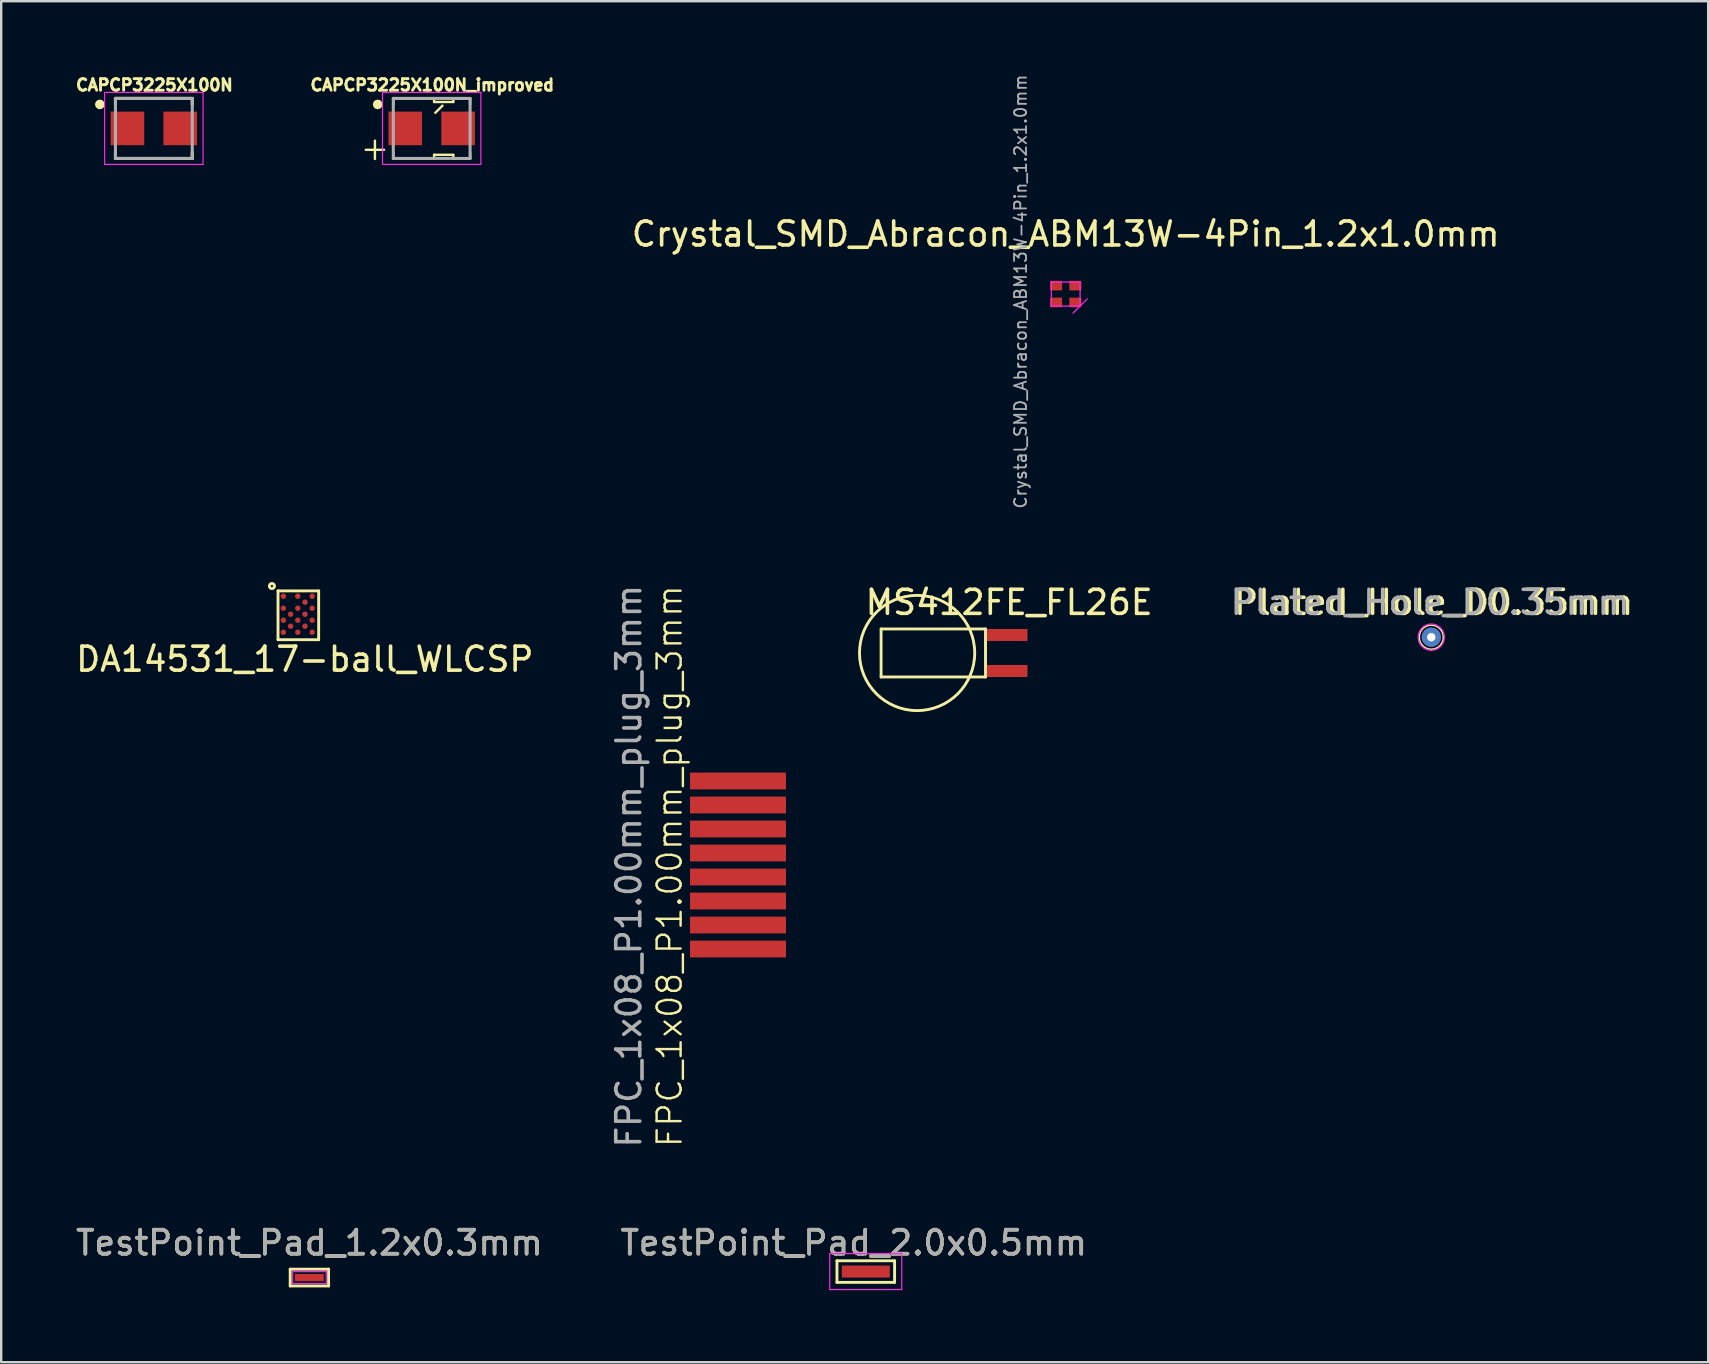
<source format=kicad_pcb>
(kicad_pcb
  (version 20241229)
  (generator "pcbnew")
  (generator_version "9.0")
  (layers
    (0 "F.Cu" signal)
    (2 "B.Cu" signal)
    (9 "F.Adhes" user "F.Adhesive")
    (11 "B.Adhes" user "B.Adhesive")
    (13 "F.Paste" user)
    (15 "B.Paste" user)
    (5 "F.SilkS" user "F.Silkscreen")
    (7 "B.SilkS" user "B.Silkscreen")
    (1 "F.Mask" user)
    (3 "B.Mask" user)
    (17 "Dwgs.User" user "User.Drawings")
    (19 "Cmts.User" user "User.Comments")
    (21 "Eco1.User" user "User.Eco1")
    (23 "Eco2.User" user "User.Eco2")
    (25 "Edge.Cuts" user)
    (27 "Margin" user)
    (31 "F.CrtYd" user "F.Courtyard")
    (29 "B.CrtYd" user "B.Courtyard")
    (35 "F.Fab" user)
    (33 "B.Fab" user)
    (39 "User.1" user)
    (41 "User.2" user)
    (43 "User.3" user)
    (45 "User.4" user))
  (footprint "MS412FE_FL26E"
    (layer "F.Cu")
    (at 35.156 24.153)
    (property "Reference" "MS412FE_FL26E" (at 3.835 -2.108 0) (layer "F.SilkS") (effects (font (size 1 1) (thickness 0.15))))
    (attr through_hole)
    (fp_line (start -1.5 -1) (end -1.5 1) (stroke (width 0.12) (type solid)) (layer "F.SilkS"))
    (fp_line (start 2.85 -1) (end -1.5 -1) (stroke (width 0.12) (type solid)) (layer "F.SilkS"))
    (fp_line (start 2.85 -1) (end 2.85 1) (stroke (width 0.12) (type solid)) (layer "F.SilkS"))
    (fp_line (start 2.85 1) (end -1.5 1) (stroke (width 0.12) (type solid)) (layer "F.SilkS"))
    (fp_circle (center 0 0) (end 2.4 0) (stroke (width 0.12) (type solid)) (fill no) (layer "F.SilkS"))
    (pad "1" smd rect (at 3.725 -0.75) (size 1.75 0.5) (layers "F.Cu" "F.Mask" "F.Paste"))
    (pad "2" smd rect (at 3.725 0.75) (size 1.75 0.5) (layers "F.Cu" "F.Mask" "F.Paste")))
  (footprint "CAPCP3225X100N_improved"
    (layer "F.Cu")
    (at 14.934 2.3)
    (property "Reference" "CAPCP3225X100N_improved" (at 0.024 -1.808 0) (layer "F.SilkS") (effects (font (size 0.481 0.481) (thickness 0.15))))
    (attr smd)
    (fp_line (start -1.6 -1.25) (end -1.6 -1) (stroke (width 0.1) (type default)) (layer "F.SilkS"))
    (fp_line (start -1.6 1.25) (end -1.6 1) (stroke (width 0.1) (type default)) (layer "F.SilkS"))
    (fp_line (start 0.1 -1.25) (end -1.6 -1.25) (stroke (width 0.1) (type default)) (layer "F.SilkS"))
    (fp_line (start 0.1 -1.1) (end 0.1 -1.25) (stroke (width 0.1) (type default)) (layer "F.SilkS"))
    (fp_line (start 0.1 1.1) (end 0.1 1.25) (stroke (width 0.1) (type default)) (layer "F.SilkS"))
    (fp_line (start 0.1 1.25) (end -1.6 1.25) (stroke (width 0.1) (type default)) (layer "F.SilkS"))
    (fp_line (start 0.45 -0.95) (end 0.15 -0.65) (stroke (width 0.1) (type default)) (layer "F.SilkS"))
    (fp_line (start 0.9 -1.25) (end 0.9 -1.1) (stroke (width 0.1) (type default)) (layer "F.SilkS"))
    (fp_line (start 0.9 -1.1) (end 0.1 -1.1) (stroke (width 0.1) (type default)) (layer "F.SilkS"))
    (fp_line (start 0.9 1.1) (end 0.1 1.1) (stroke (width 0.1) (type default)) (layer "F.SilkS"))
    (fp_line (start 0.9 1.25) (end 0.9 1.1) (stroke (width 0.1) (type default)) (layer "F.SilkS"))
    (fp_line (start 1.6 -1.25) (end 0.9 -1.25) (stroke (width 0.1) (type default)) (layer "F.SilkS"))
    (fp_line (start 1.6 -1) (end 1.6 -1.25) (stroke (width 0.1) (type default)) (layer "F.SilkS"))
    (fp_line (start 1.6 1) (end 1.6 1.25) (stroke (width 0.1) (type default)) (layer "F.SilkS"))
    (fp_line (start 1.6 1.25) (end 0.9 1.25) (stroke (width 0.1) (type default)) (layer "F.SilkS"))
    (fp_circle (center -2.25 -1) (end -2.15 -1) (stroke (width 0.2) (type solid)) (fill no) (layer "F.SilkS"))
    (fp_line (start -2.05 -1.5) (end 2.05 -1.5) (stroke (width 0.05) (type solid)) (layer "F.CrtYd"))
    (fp_line (start -2.05 1.5) (end -2.05 -1.5) (stroke (width 0.05) (type solid)) (layer "F.CrtYd"))
    (fp_line (start 2.05 -1.5) (end 2.05 1.5) (stroke (width 0.05) (type solid)) (layer "F.CrtYd"))
    (fp_line (start 2.05 1.5) (end -2.05 1.5) (stroke (width 0.05) (type solid)) (layer "F.CrtYd"))
    (fp_line (start -1.6 -1.25) (end 1.6 -1.25) (stroke (width 0.127) (type solid)) (layer "F.Fab"))
    (fp_line (start -1.6 1.25) (end -1.6 -1.25) (stroke (width 0.127) (type solid)) (layer "F.Fab"))
    (fp_line (start 1.6 -1.25) (end 1.6 1.25) (stroke (width 0.127) (type solid)) (layer "F.Fab"))
    (fp_line (start 1.6 1.25) (end -1.6 1.25) (stroke (width 0.127) (type solid)) (layer "F.Fab"))
    (fp_text user "+" (at -3.05 1.4 0) (unlocked yes) (layer "F.SilkS") (effects (font (size 1 1) (thickness 0.1)) (justify left bottom)))
    (pad "1" smd rect (at -1.1 0 180) (size 1.4 1.4) (layers "F.Cu" "F.Mask" "F.Paste"))
    (pad "2" smd rect (at 1.1 0 180) (size 1.4 1.4) (layers "F.Cu" "F.Mask" "F.Paste")))
  (footprint "TestPoint_Pad_1.2x0.3mm"
    (layer "F.Cu")
    (at 9.839 50.173)
    (property "Reference" "TestPoint_Pad_1.2x0.3mm" (at 0 -1.448 0) (layer "F.SilkS") (effects (font (size 1 1) (thickness 0.15))))
    (attr exclude_from_pos_files exclude_from_bom)
    (fp_line (start -0.8 -0.35) (end 0.8 -0.35) (stroke (width 0.12) (type solid)) (layer "F.SilkS"))
    (fp_line (start -0.8 0.35) (end -0.8 -0.35) (stroke (width 0.12) (type solid)) (layer "F.SilkS"))
    (fp_line (start 0.8 -0.35) (end 0.8 0.35) (stroke (width 0.12) (type solid)) (layer "F.SilkS"))
    (fp_line (start 0.8 0.35) (end -0.8 0.35) (stroke (width 0.12) (type solid)) (layer "F.SilkS"))
    (fp_line (start -0.7 -0.25) (end -0.7 0.25) (stroke (width 0.05) (type solid)) (layer "F.CrtYd"))
    (fp_line (start -0.7 -0.25) (end 0.7 -0.25) (stroke (width 0.05) (type solid)) (layer "F.CrtYd"))
    (fp_line (start 0.7 0.25) (end -0.7 0.25) (stroke (width 0.05) (type solid)) (layer "F.CrtYd"))
    (fp_line (start 0.7 0.25) (end 0.7 -0.25) (stroke (width 0.05) (type solid)) (layer "F.CrtYd"))
    (fp_text user "${REFERENCE}" (at 0 -1.45 0) (layer "F.Fab") (effects (font (size 1 1) (thickness 0.15))))
    (pad "1" smd rect (at 0 0) (size 1.2 0.3) (layers "F.Cu" "F.Mask")))
  (footprint "CAPCP3225X100N"
    (layer "F.Cu")
    (at 3.359 2.3)
    (property "Reference" "CAPCP3225X100N" (at 0.024 -1.808 0) (layer "F.SilkS") (effects (font (size 0.481 0.481) (thickness 0.15))))
    (attr smd)
    (fp_line (start -1.6 -1.25) (end -1.6 -1) (stroke (width 0.127) (type solid)) (layer "F.SilkS"))
    (fp_line (start -1.6 1.25) (end -1.6 1) (stroke (width 0.127) (type solid)) (layer "F.SilkS"))
    (fp_line (start 1.6 -1.25) (end -1.6 -1.25) (stroke (width 0.127) (type solid)) (layer "F.SilkS"))
    (fp_line (start 1.6 -1) (end 1.6 -1.25) (stroke (width 0.127) (type solid)) (layer "F.SilkS"))
    (fp_line (start 1.6 1) (end 1.6 1.25) (stroke (width 0.127) (type solid)) (layer "F.SilkS"))
    (fp_line (start 1.6 1.25) (end -1.6 1.25) (stroke (width 0.127) (type solid)) (layer "F.SilkS"))
    (fp_circle (center -2.25 -1) (end -2.15 -1) (stroke (width 0.2) (type solid)) (fill no) (layer "F.SilkS"))
    (fp_line (start -2.05 -1.5) (end 2.05 -1.5) (stroke (width 0.05) (type solid)) (layer "F.CrtYd"))
    (fp_line (start -2.05 1.5) (end -2.05 -1.5) (stroke (width 0.05) (type solid)) (layer "F.CrtYd"))
    (fp_line (start 2.05 -1.5) (end 2.05 1.5) (stroke (width 0.05) (type solid)) (layer "F.CrtYd"))
    (fp_line (start 2.05 1.5) (end -2.05 1.5) (stroke (width 0.05) (type solid)) (layer "F.CrtYd"))
    (fp_line (start -1.6 -1.25) (end 1.6 -1.25) (stroke (width 0.127) (type solid)) (layer "F.Fab"))
    (fp_line (start -1.6 1.25) (end -1.6 -1.25) (stroke (width 0.127) (type solid)) (layer "F.Fab"))
    (fp_line (start 1.6 -1.25) (end 1.6 1.25) (stroke (width 0.127) (type solid)) (layer "F.Fab"))
    (fp_line (start 1.6 1.25) (end -1.6 1.25) (stroke (width 0.127) (type solid)) (layer "F.Fab"))
    (pad "1" smd rect (at -1.1 0 180) (size 1.4 1.4) (layers "F.Cu" "F.Mask" "F.Paste"))
    (pad "2" smd rect (at 1.1 0 180) (size 1.4 1.4) (layers "F.Cu" "F.Mask" "F.Paste")))
  (footprint "FPC_1x08_P1.00mm_plug_3mm"
    (layer "F.Cu")
    (at 25.696 32.986)
    (property "Reference" "FPC_1x08_P1.00mm_plug_3mm" (at -0.85 0.05 90) (unlocked yes) (layer "F.SilkS") (effects (font (size 1 1) (thickness 0.1))))
    (attr smd)
    (fp_text user "${REFERENCE}" (at -2.55 0.05 90) (unlocked yes) (layer "F.Fab") (effects (font (size 1 1) (thickness 0.15))))
    (pad "1" connect rect (at 2 -3.5) (size 4 0.7) (layers "F.Cu" "F.Mask"))
    (pad "2" connect rect (at 2 -2.5) (size 4 0.7) (layers "F.Cu" "F.Mask"))
    (pad "3" connect rect (at 2 -1.5) (size 4 0.7) (layers "F.Cu" "F.Mask"))
    (pad "4" connect rect (at 2 -0.5) (size 4 0.7) (layers "F.Cu" "F.Mask"))
    (pad "5" connect rect (at 2 0.5) (size 4 0.7) (layers "F.Cu" "F.Mask"))
    (pad "6" connect rect (at 2 1.5) (size 4 0.7) (layers "F.Cu" "F.Mask"))
    (pad "7" connect rect (at 2 2.5) (size 4 0.7) (layers "F.Cu" "F.Mask"))
    (pad "8" connect rect (at 2 3.5) (size 4 0.7) (layers "F.Cu" "F.Mask")))
  (footprint "Plated_Hole_D0.35mm"
    (layer "F.Cu")
    (at 56.577 23.495)
    (property "Reference" "Plated_Hole_D0.35mm" (at 0.1 -1.45 0) (layer "F.SilkS") (effects (font (size 1 1) (thickness 0.15))))
    (attr exclude_from_pos_files exclude_from_bom)
    (fp_circle (center 0 0) (end 0.5 0) (stroke (width 0.06) (type solid)) (fill no) (layer "F.SilkS"))
    (fp_circle (center 0 0) (end 0.55 0) (stroke (width 0.05) (type solid)) (fill no) (layer "F.CrtYd"))
    (fp_text user "${REFERENCE}" (at -0.05 -1.45 0) (layer "F.Fab") (effects (font (size 1 1) (thickness 0.15))))
    (pad "1" thru_hole circle (at 0 0) (size 0.8 0.8) (drill 0.35) (layers "*.Cu" "*.Mask")))
  (footprint "TestPoint_Pad_2.0x0.5mm"
    (layer "F.Cu")
    (at 32.518 50.173)
    (property "Reference" "TestPoint_Pad_2.0x0.5mm" (at 0 -1.448 0) (layer "F.SilkS") (effects (font (size 1 1) (thickness 0.15))))
    (attr exclude_from_pos_files exclude_from_bom)
    (fp_line (start -0.7 -0.7) (end 1.7 -0.7) (stroke (width 0.12) (type solid)) (layer "F.SilkS"))
    (fp_line (start -0.7 0.2) (end -0.7 -0.7) (stroke (width 0.12) (type solid)) (layer "F.SilkS"))
    (fp_line (start 1.7 -0.7) (end 1.7 0.2) (stroke (width 0.12) (type solid)) (layer "F.SilkS"))
    (fp_line (start 1.7 0.2) (end -0.7 0.2) (stroke (width 0.12) (type solid)) (layer "F.SilkS"))
    (fp_line (start -1 -1) (end -1 0.5) (stroke (width 0.05) (type solid)) (layer "F.CrtYd"))
    (fp_line (start -1 -1) (end 2 -1) (stroke (width 0.05) (type solid)) (layer "F.CrtYd"))
    (fp_line (start 2 0.5) (end -1 0.5) (stroke (width 0.05) (type solid)) (layer "F.CrtYd"))
    (fp_line (start 2 0.5) (end 2 -1) (stroke (width 0.05) (type solid)) (layer "F.CrtYd"))
    (fp_text user "${REFERENCE}" (at 0 -1.45 0) (layer "F.Fab") (effects (font (size 1 1) (thickness 0.15))))
    (pad "1" smd rect (at 0.5 -0.25) (size 2 0.5) (layers "F.Cu" "F.Mask")))
  (footprint "Crystal_SMD_Abracon_ABM13W-4Pin_1.2x1.0mm"
    (layer "F.Cu")
    (at 41.347 9.2)
    (property "Reference" "Crystal_SMD_Abracon_ABM13W-4Pin_1.2x1.0mm" (at 0 -2.5 0) (layer "F.SilkS") (effects (font (size 1 1) (thickness 0.15))))
    (attr smd)
    (fp_line (start -0.6 -0.5) (end -0.6 0.5) (stroke (width 0.05) (type solid)) (layer "F.CrtYd"))
    (fp_line (start -0.6 -0.5) (end 0.6 -0.5) (stroke (width 0.05) (type solid)) (layer "F.CrtYd"))
    (fp_line (start -0.6 0.5) (end 0.6 0.5) (stroke (width 0.05) (type solid)) (layer "F.CrtYd"))
    (fp_line (start 0.3 0.8) (end 0.9 0.2) (stroke (width 0.05) (type solid)) (layer "F.CrtYd"))
    (fp_line (start 0.6 -0.5) (end 0.6 0.5) (stroke (width 0.05) (type solid)) (layer "F.CrtYd"))
    (fp_text user "${REFERENCE}" (at -1.88 -0.102 90) (layer "F.Fab") (effects (font (size 0.5 0.5) (thickness 0.075))))
    (pad "1" smd rect (at -0.4 0.35) (size 0.5 0.4) (layers "F.Cu" "F.Mask" "F.Paste"))
    (pad "2" smd rect (at 0.4 0.35) (size 0.5 0.4) (layers "F.Cu" "F.Mask" "F.Paste"))
    (pad "3" smd rect (at 0.4 -0.35) (size 0.5 0.4) (layers "F.Cu" "F.Mask" "F.Paste"))
    (pad "4" smd rect (at -0.4 -0.35) (size 0.5 0.4) (layers "F.Cu" "F.Mask" "F.Paste")))
  (footprint "DA14531_17-ball_WLCSP"
    (layer "F.Cu")
    (at 9.378 22.583)
    (property "Reference" "DA14531_17-ball_WLCSP" (at 0.271 1.829 0) (layer "F.SilkS") (effects (font (size 1 1) (thickness 0.15))))
    (attr through_hole)
    (fp_line (start -0.846 -1.016) (end -0.846 1.016) (stroke (width 0.12) (type solid)) (layer "F.SilkS"))
    (fp_line (start -0.846 1.016) (end 0.847 1.016) (stroke (width 0.12) (type solid)) (layer "F.SilkS"))
    (fp_line (start 0.847 -1.016) (end -0.846 -1.016) (stroke (width 0.12) (type solid)) (layer "F.SilkS"))
    (fp_line (start 0.847 1.016) (end 0.847 -1.016) (stroke (width 0.12) (type solid)) (layer "F.SilkS"))
    (fp_circle (center -1.1 -1.219) (end -1.024 -1.143) (stroke (width 0.12) (type solid)) (fill no) (layer "F.SilkS"))
    (pad "A1" smd circle (at -0.622 -0.795) (size 0.227 0.227) (layers "F.Cu" "F.Mask" "F.Paste"))
    (pad "A3" smd circle (at -0.022 -0.795) (size 0.227 0.227) (layers "F.Cu" "F.Mask" "F.Paste"))
    (pad "A5" smd circle (at 0.578 -0.795) (size 0.227 0.227) (layers "F.Cu" "F.Mask" "F.Paste"))
    (pad "B4" smd circle (at 0.278 -0.545) (size 0.227 0.227) (layers "F.Cu" "F.Mask" "F.Paste"))
    (pad "C1" smd circle (at -0.622 -0.295) (size 0.227 0.227) (layers "F.Cu" "F.Mask" "F.Paste"))
    (pad "C3" smd circle (at -0.022 -0.295) (size 0.227 0.227) (layers "F.Cu" "F.Mask" "F.Paste"))
    (pad "C5" smd circle (at 0.578 -0.295) (size 0.227 0.227) (layers "F.Cu" "F.Mask" "F.Paste"))
    (pad "D2" smd circle (at -0.322 -0.045) (size 0.227 0.227) (layers "F.Cu" "F.Mask" "F.Paste"))
    (pad "D4" smd circle (at 0.278 -0.045) (size 0.227 0.227) (layers "F.Cu" "F.Mask" "F.Paste"))
    (pad "E1" smd circle (at -0.622 0.205) (size 0.227 0.227) (layers "F.Cu" "F.Mask" "F.Paste"))
    (pad "E3" smd circle (at -0.022 0.205) (size 0.227 0.227) (layers "F.Cu" "F.Mask" "F.Paste"))
    (pad "E5" smd circle (at 0.578 0.205) (size 0.227 0.227) (layers "F.Cu" "F.Mask" "F.Paste"))
    (pad "F2" smd circle (at -0.322 0.455) (size 0.227 0.227) (layers "F.Cu" "F.Mask" "F.Paste"))
    (pad "F4" smd circle (at 0.278 0.455) (size 0.227 0.227) (layers "F.Cu" "F.Mask" "F.Paste"))
    (pad "G1" smd circle (at -0.622 0.705) (size 0.227 0.227) (layers "F.Cu" "F.Mask" "F.Paste"))
    (pad "G3" smd circle (at -0.022 0.705) (size 0.227 0.227) (layers "F.Cu" "F.Mask" "F.Paste"))
    (pad "G5" smd circle (at 0.578 0.705) (size 0.227 0.227) (layers "F.Cu" "F.Mask" "F.Paste")))
  (gr_rect
    (start -3 -3)
    (end 68.112 53.698)
    (stroke (width 0.1) (type default))
    (fill no)
    (layer "Edge.Cuts")))
</source>
